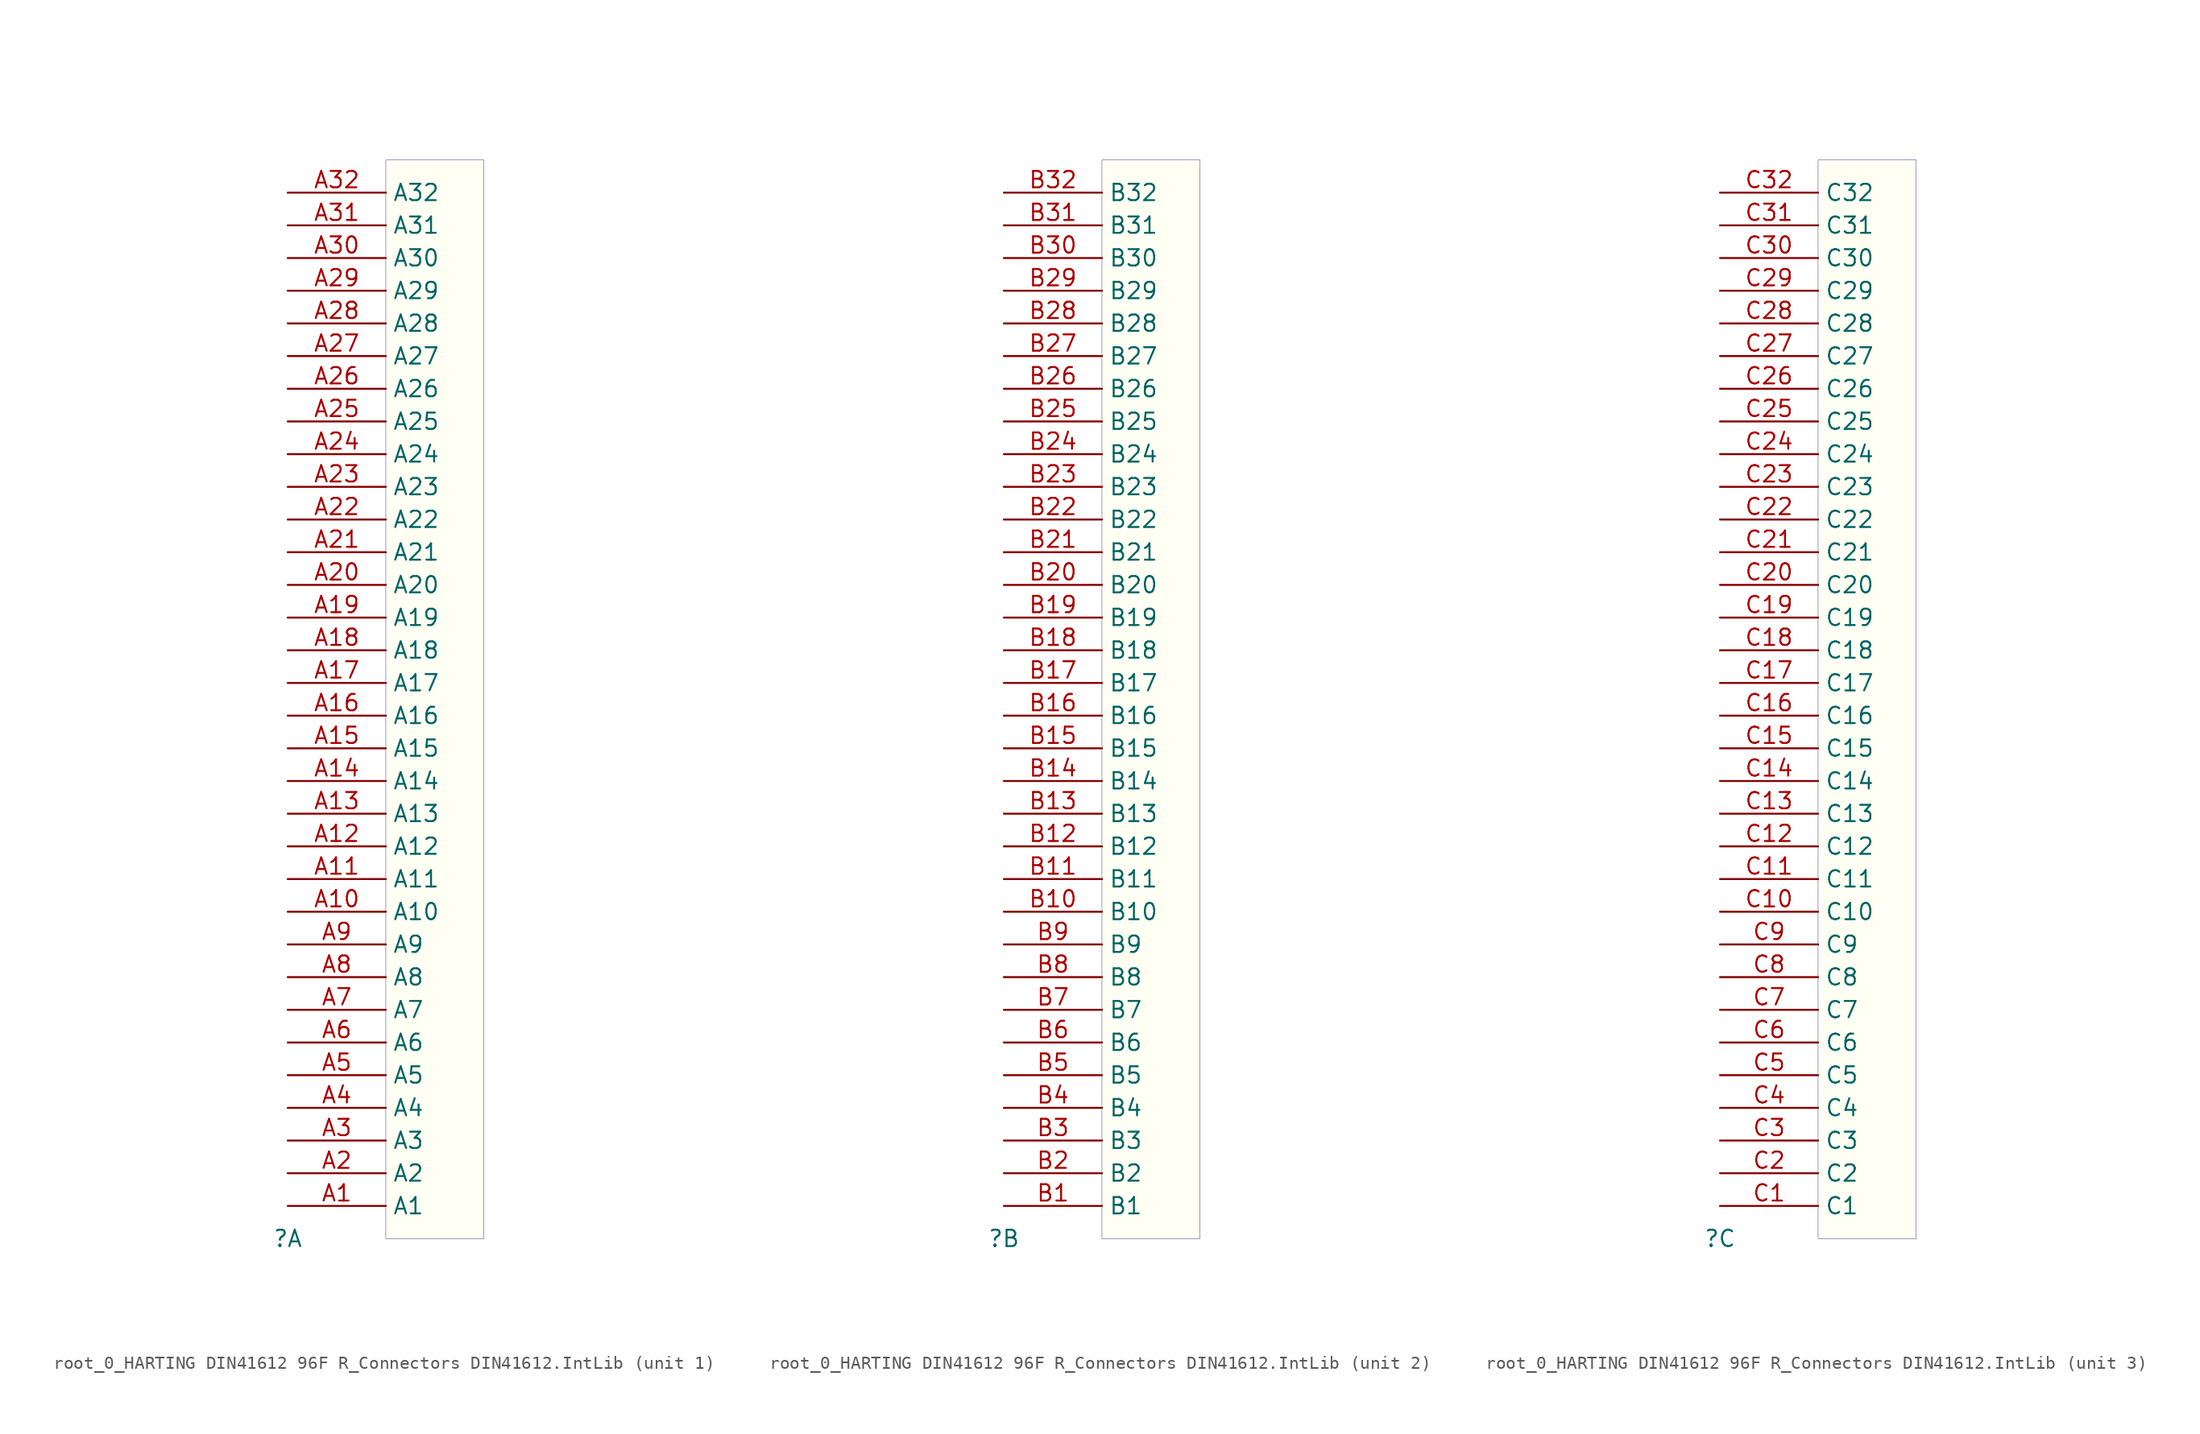
<source format=kicad_sym>
(kicad_symbol_lib
  (version 20241209)
  (generator "kicad_symbol_editor")
  (generator_version "9.0")
  (symbol "root_0_HARTING DIN41612 96F R_Connectors DIN41612.IntLib"
    (property "Reference" ""
      (at 0 0 0)
      (effects (font (size 1.27 1.27))))
    (property "Value" ""
      (at 0 0 0)
      (effects (font (size 1.27 1.27))))
    (symbol "root_0_HARTING DIN41612 96F R_Connectors DIN41612.IntLib_1_0"
      (rectangle (start 15.24 83.82) (end 7.62 0) (stroke (width 0.025) (type solid) (color 0 0 128 1)) (fill (type color) (color 255 255 232 0.5)))
      (pin passive line (at 0 81.28 0) (length 7.62) (name "A32" (effects (font (size 1.27 1.27)))) (number "A32" (effects (font (size 1.27 1.27)))))
      (pin passive line (at 0 78.74 0) (length 7.62) (name "A31" (effects (font (size 1.27 1.27)))) (number "A31" (effects (font (size 1.27 1.27)))))
      (pin passive line (at 0 76.2 0) (length 7.62) (name "A30" (effects (font (size 1.27 1.27)))) (number "A30" (effects (font (size 1.27 1.27)))))
      (pin passive line (at 0 73.66 0) (length 7.62) (name "A29" (effects (font (size 1.27 1.27)))) (number "A29" (effects (font (size 1.27 1.27)))))
      (pin passive line (at 0 71.12 0) (length 7.62) (name "A28" (effects (font (size 1.27 1.27)))) (number "A28" (effects (font (size 1.27 1.27)))))
      (pin passive line (at 0 68.58 0) (length 7.62) (name "A27" (effects (font (size 1.27 1.27)))) (number "A27" (effects (font (size 1.27 1.27)))))
      (pin passive line (at 0 66.04 0) (length 7.62) (name "A26" (effects (font (size 1.27 1.27)))) (number "A26" (effects (font (size 1.27 1.27)))))
      (pin passive line (at 0 63.5 0) (length 7.62) (name "A25" (effects (font (size 1.27 1.27)))) (number "A25" (effects (font (size 1.27 1.27)))))
      (pin passive line (at 0 60.96 0) (length 7.62) (name "A24" (effects (font (size 1.27 1.27)))) (number "A24" (effects (font (size 1.27 1.27)))))
      (pin passive line (at 0 58.42 0) (length 7.62) (name "A23" (effects (font (size 1.27 1.27)))) (number "A23" (effects (font (size 1.27 1.27)))))
      (pin passive line (at 0 55.88 0) (length 7.62) (name "A22" (effects (font (size 1.27 1.27)))) (number "A22" (effects (font (size 1.27 1.27)))))
      (pin passive line (at 0 53.34 0) (length 7.62) (name "A21" (effects (font (size 1.27 1.27)))) (number "A21" (effects (font (size 1.27 1.27)))))
      (pin passive line (at 0 50.8 0) (length 7.62) (name "A20" (effects (font (size 1.27 1.27)))) (number "A20" (effects (font (size 1.27 1.27)))))
      (pin passive line (at 0 48.26 0) (length 7.62) (name "A19" (effects (font (size 1.27 1.27)))) (number "A19" (effects (font (size 1.27 1.27)))))
      (pin passive line (at 0 45.72 0) (length 7.62) (name "A18" (effects (font (size 1.27 1.27)))) (number "A18" (effects (font (size 1.27 1.27)))))
      (pin passive line (at 0 43.18 0) (length 7.62) (name "A17" (effects (font (size 1.27 1.27)))) (number "A17" (effects (font (size 1.27 1.27)))))
      (pin passive line (at 0 40.64 0) (length 7.62) (name "A16" (effects (font (size 1.27 1.27)))) (number "A16" (effects (font (size 1.27 1.27)))))
      (pin passive line (at 0 38.1 0) (length 7.62) (name "A15" (effects (font (size 1.27 1.27)))) (number "A15" (effects (font (size 1.27 1.27)))))
      (pin passive line (at 0 35.56 0) (length 7.62) (name "A14" (effects (font (size 1.27 1.27)))) (number "A14" (effects (font (size 1.27 1.27)))))
      (pin passive line (at 0 33.02 0) (length 7.62) (name "A13" (effects (font (size 1.27 1.27)))) (number "A13" (effects (font (size 1.27 1.27)))))
      (pin passive line (at 0 30.48 0) (length 7.62) (name "A12" (effects (font (size 1.27 1.27)))) (number "A12" (effects (font (size 1.27 1.27)))))
      (pin passive line (at 0 27.94 0) (length 7.62) (name "A11" (effects (font (size 1.27 1.27)))) (number "A11" (effects (font (size 1.27 1.27)))))
      (pin passive line (at 0 25.4 0) (length 7.62) (name "A10" (effects (font (size 1.27 1.27)))) (number "A10" (effects (font (size 1.27 1.27)))))
      (pin passive line (at 0 22.86 0) (length 7.62) (name "A9" (effects (font (size 1.27 1.27)))) (number "A9" (effects (font (size 1.27 1.27)))))
      (pin passive line (at 0 20.32 0) (length 7.62) (name "A8" (effects (font (size 1.27 1.27)))) (number "A8" (effects (font (size 1.27 1.27)))))
      (pin passive line (at 0 17.78 0) (length 7.62) (name "A7" (effects (font (size 1.27 1.27)))) (number "A7" (effects (font (size 1.27 1.27)))))
      (pin passive line (at 0 15.24 0) (length 7.62) (name "A6" (effects (font (size 1.27 1.27)))) (number "A6" (effects (font (size 1.27 1.27)))))
      (pin passive line (at 0 12.7 0) (length 7.62) (name "A5" (effects (font (size 1.27 1.27)))) (number "A5" (effects (font (size 1.27 1.27)))))
      (pin passive line (at 0 10.16 0) (length 7.62) (name "A4" (effects (font (size 1.27 1.27)))) (number "A4" (effects (font (size 1.27 1.27)))))
      (pin passive line (at 0 7.62 0) (length 7.62) (name "A3" (effects (font (size 1.27 1.27)))) (number "A3" (effects (font (size 1.27 1.27)))))
      (pin passive line (at 0 5.08 0) (length 7.62) (name "A2" (effects (font (size 1.27 1.27)))) (number "A2" (effects (font (size 1.27 1.27)))))
      (pin passive line (at 0 2.54 0) (length 7.62) (name "A1" (effects (font (size 1.27 1.27)))) (number "A1" (effects (font (size 1.27 1.27))))))
    (symbol "root_0_HARTING DIN41612 96F R_Connectors DIN41612.IntLib_2_0"
      (rectangle (start 15.24 83.82) (end 7.62 0) (stroke (width 0.025) (type solid) (color 0 0 128 1)) (fill (type color) (color 255 255 232 0.5)))
      (pin passive line (at 0 81.28 0) (length 7.62) (name "B32" (effects (font (size 1.27 1.27)))) (number "B32" (effects (font (size 1.27 1.27)))))
      (pin passive line (at 0 78.74 0) (length 7.62) (name "B31" (effects (font (size 1.27 1.27)))) (number "B31" (effects (font (size 1.27 1.27)))))
      (pin passive line (at 0 76.2 0) (length 7.62) (name "B30" (effects (font (size 1.27 1.27)))) (number "B30" (effects (font (size 1.27 1.27)))))
      (pin passive line (at 0 73.66 0) (length 7.62) (name "B29" (effects (font (size 1.27 1.27)))) (number "B29" (effects (font (size 1.27 1.27)))))
      (pin passive line (at 0 71.12 0) (length 7.62) (name "B28" (effects (font (size 1.27 1.27)))) (number "B28" (effects (font (size 1.27 1.27)))))
      (pin passive line (at 0 68.58 0) (length 7.62) (name "B27" (effects (font (size 1.27 1.27)))) (number "B27" (effects (font (size 1.27 1.27)))))
      (pin passive line (at 0 66.04 0) (length 7.62) (name "B26" (effects (font (size 1.27 1.27)))) (number "B26" (effects (font (size 1.27 1.27)))))
      (pin passive line (at 0 63.5 0) (length 7.62) (name "B25" (effects (font (size 1.27 1.27)))) (number "B25" (effects (font (size 1.27 1.27)))))
      (pin passive line (at 0 60.96 0) (length 7.62) (name "B24" (effects (font (size 1.27 1.27)))) (number "B24" (effects (font (size 1.27 1.27)))))
      (pin passive line (at 0 58.42 0) (length 7.62) (name "B23" (effects (font (size 1.27 1.27)))) (number "B23" (effects (font (size 1.27 1.27)))))
      (pin passive line (at 0 55.88 0) (length 7.62) (name "B22" (effects (font (size 1.27 1.27)))) (number "B22" (effects (font (size 1.27 1.27)))))
      (pin passive line (at 0 53.34 0) (length 7.62) (name "B21" (effects (font (size 1.27 1.27)))) (number "B21" (effects (font (size 1.27 1.27)))))
      (pin passive line (at 0 50.8 0) (length 7.62) (name "B20" (effects (font (size 1.27 1.27)))) (number "B20" (effects (font (size 1.27 1.27)))))
      (pin passive line (at 0 48.26 0) (length 7.62) (name "B19" (effects (font (size 1.27 1.27)))) (number "B19" (effects (font (size 1.27 1.27)))))
      (pin passive line (at 0 45.72 0) (length 7.62) (name "B18" (effects (font (size 1.27 1.27)))) (number "B18" (effects (font (size 1.27 1.27)))))
      (pin passive line (at 0 43.18 0) (length 7.62) (name "B17" (effects (font (size 1.27 1.27)))) (number "B17" (effects (font (size 1.27 1.27)))))
      (pin passive line (at 0 40.64 0) (length 7.62) (name "B16" (effects (font (size 1.27 1.27)))) (number "B16" (effects (font (size 1.27 1.27)))))
      (pin passive line (at 0 38.1 0) (length 7.62) (name "B15" (effects (font (size 1.27 1.27)))) (number "B15" (effects (font (size 1.27 1.27)))))
      (pin passive line (at 0 35.56 0) (length 7.62) (name "B14" (effects (font (size 1.27 1.27)))) (number "B14" (effects (font (size 1.27 1.27)))))
      (pin passive line (at 0 33.02 0) (length 7.62) (name "B13" (effects (font (size 1.27 1.27)))) (number "B13" (effects (font (size 1.27 1.27)))))
      (pin passive line (at 0 30.48 0) (length 7.62) (name "B12" (effects (font (size 1.27 1.27)))) (number "B12" (effects (font (size 1.27 1.27)))))
      (pin passive line (at 0 27.94 0) (length 7.62) (name "B11" (effects (font (size 1.27 1.27)))) (number "B11" (effects (font (size 1.27 1.27)))))
      (pin passive line (at 0 25.4 0) (length 7.62) (name "B10" (effects (font (size 1.27 1.27)))) (number "B10" (effects (font (size 1.27 1.27)))))
      (pin passive line (at 0 22.86 0) (length 7.62) (name "B9" (effects (font (size 1.27 1.27)))) (number "B9" (effects (font (size 1.27 1.27)))))
      (pin passive line (at 0 20.32 0) (length 7.62) (name "B8" (effects (font (size 1.27 1.27)))) (number "B8" (effects (font (size 1.27 1.27)))))
      (pin passive line (at 0 17.78 0) (length 7.62) (name "B7" (effects (font (size 1.27 1.27)))) (number "B7" (effects (font (size 1.27 1.27)))))
      (pin passive line (at 0 15.24 0) (length 7.62) (name "B6" (effects (font (size 1.27 1.27)))) (number "B6" (effects (font (size 1.27 1.27)))))
      (pin passive line (at 0 12.7 0) (length 7.62) (name "B5" (effects (font (size 1.27 1.27)))) (number "B5" (effects (font (size 1.27 1.27)))))
      (pin passive line (at 0 10.16 0) (length 7.62) (name "B4" (effects (font (size 1.27 1.27)))) (number "B4" (effects (font (size 1.27 1.27)))))
      (pin passive line (at 0 7.62 0) (length 7.62) (name "B3" (effects (font (size 1.27 1.27)))) (number "B3" (effects (font (size 1.27 1.27)))))
      (pin passive line (at 0 5.08 0) (length 7.62) (name "B2" (effects (font (size 1.27 1.27)))) (number "B2" (effects (font (size 1.27 1.27)))))
      (pin passive line (at 0 2.54 0) (length 7.62) (name "B1" (effects (font (size 1.27 1.27)))) (number "B1" (effects (font (size 1.27 1.27))))))
    (symbol "root_0_HARTING DIN41612 96F R_Connectors DIN41612.IntLib_3_0"
      (rectangle (start 15.24 83.82) (end 7.62 0) (stroke (width 0.025) (type solid) (color 0 0 128 1)) (fill (type color) (color 255 255 232 0.5)))
      (pin passive line (at 0 81.28 0) (length 7.62) (name "C32" (effects (font (size 1.27 1.27)))) (number "C32" (effects (font (size 1.27 1.27)))))
      (pin passive line (at 0 78.74 0) (length 7.62) (name "C31" (effects (font (size 1.27 1.27)))) (number "C31" (effects (font (size 1.27 1.27)))))
      (pin passive line (at 0 76.2 0) (length 7.62) (name "C30" (effects (font (size 1.27 1.27)))) (number "C30" (effects (font (size 1.27 1.27)))))
      (pin passive line (at 0 73.66 0) (length 7.62) (name "C29" (effects (font (size 1.27 1.27)))) (number "C29" (effects (font (size 1.27 1.27)))))
      (pin passive line (at 0 71.12 0) (length 7.62) (name "C28" (effects (font (size 1.27 1.27)))) (number "C28" (effects (font (size 1.27 1.27)))))
      (pin passive line (at 0 68.58 0) (length 7.62) (name "C27" (effects (font (size 1.27 1.27)))) (number "C27" (effects (font (size 1.27 1.27)))))
      (pin passive line (at 0 66.04 0) (length 7.62) (name "C26" (effects (font (size 1.27 1.27)))) (number "C26" (effects (font (size 1.27 1.27)))))
      (pin passive line (at 0 63.5 0) (length 7.62) (name "C25" (effects (font (size 1.27 1.27)))) (number "C25" (effects (font (size 1.27 1.27)))))
      (pin passive line (at 0 60.96 0) (length 7.62) (name "C24" (effects (font (size 1.27 1.27)))) (number "C24" (effects (font (size 1.27 1.27)))))
      (pin passive line (at 0 58.42 0) (length 7.62) (name "C23" (effects (font (size 1.27 1.27)))) (number "C23" (effects (font (size 1.27 1.27)))))
      (pin passive line (at 0 55.88 0) (length 7.62) (name "C22" (effects (font (size 1.27 1.27)))) (number "C22" (effects (font (size 1.27 1.27)))))
      (pin passive line (at 0 53.34 0) (length 7.62) (name "C21" (effects (font (size 1.27 1.27)))) (number "C21" (effects (font (size 1.27 1.27)))))
      (pin passive line (at 0 50.8 0) (length 7.62) (name "C20" (effects (font (size 1.27 1.27)))) (number "C20" (effects (font (size 1.27 1.27)))))
      (pin passive line (at 0 48.26 0) (length 7.62) (name "C19" (effects (font (size 1.27 1.27)))) (number "C19" (effects (font (size 1.27 1.27)))))
      (pin passive line (at 0 45.72 0) (length 7.62) (name "C18" (effects (font (size 1.27 1.27)))) (number "C18" (effects (font (size 1.27 1.27)))))
      (pin passive line (at 0 43.18 0) (length 7.62) (name "C17" (effects (font (size 1.27 1.27)))) (number "C17" (effects (font (size 1.27 1.27)))))
      (pin passive line (at 0 40.64 0) (length 7.62) (name "C16" (effects (font (size 1.27 1.27)))) (number "C16" (effects (font (size 1.27 1.27)))))
      (pin passive line (at 0 38.1 0) (length 7.62) (name "C15" (effects (font (size 1.27 1.27)))) (number "C15" (effects (font (size 1.27 1.27)))))
      (pin passive line (at 0 35.56 0) (length 7.62) (name "C14" (effects (font (size 1.27 1.27)))) (number "C14" (effects (font (size 1.27 1.27)))))
      (pin passive line (at 0 33.02 0) (length 7.62) (name "C13" (effects (font (size 1.27 1.27)))) (number "C13" (effects (font (size 1.27 1.27)))))
      (pin passive line (at 0 30.48 0) (length 7.62) (name "C12" (effects (font (size 1.27 1.27)))) (number "C12" (effects (font (size 1.27 1.27)))))
      (pin passive line (at 0 27.94 0) (length 7.62) (name "C11" (effects (font (size 1.27 1.27)))) (number "C11" (effects (font (size 1.27 1.27)))))
      (pin passive line (at 0 25.4 0) (length 7.62) (name "C10" (effects (font (size 1.27 1.27)))) (number "C10" (effects (font (size 1.27 1.27)))))
      (pin passive line (at 0 22.86 0) (length 7.62) (name "C9" (effects (font (size 1.27 1.27)))) (number "C9" (effects (font (size 1.27 1.27)))))
      (pin passive line (at 0 20.32 0) (length 7.62) (name "C8" (effects (font (size 1.27 1.27)))) (number "C8" (effects (font (size 1.27 1.27)))))
      (pin passive line (at 0 17.78 0) (length 7.62) (name "C7" (effects (font (size 1.27 1.27)))) (number "C7" (effects (font (size 1.27 1.27)))))
      (pin passive line (at 0 15.24 0) (length 7.62) (name "C6" (effects (font (size 1.27 1.27)))) (number "C6" (effects (font (size 1.27 1.27)))))
      (pin passive line (at 0 12.7 0) (length 7.62) (name "C5" (effects (font (size 1.27 1.27)))) (number "C5" (effects (font (size 1.27 1.27)))))
      (pin passive line (at 0 10.16 0) (length 7.62) (name "C4" (effects (font (size 1.27 1.27)))) (number "C4" (effects (font (size 1.27 1.27)))))
      (pin passive line (at 0 7.62 0) (length 7.62) (name "C3" (effects (font (size 1.27 1.27)))) (number "C3" (effects (font (size 1.27 1.27)))))
      (pin passive line (at 0 5.08 0) (length 7.62) (name "C2" (effects (font (size 1.27 1.27)))) (number "C2" (effects (font (size 1.27 1.27)))))
      (pin passive line (at 0 2.54 0) (length 7.62) (name "C1" (effects (font (size 1.27 1.27)))) (number "C1" (effects (font (size 1.27 1.27))))))))
</source>
